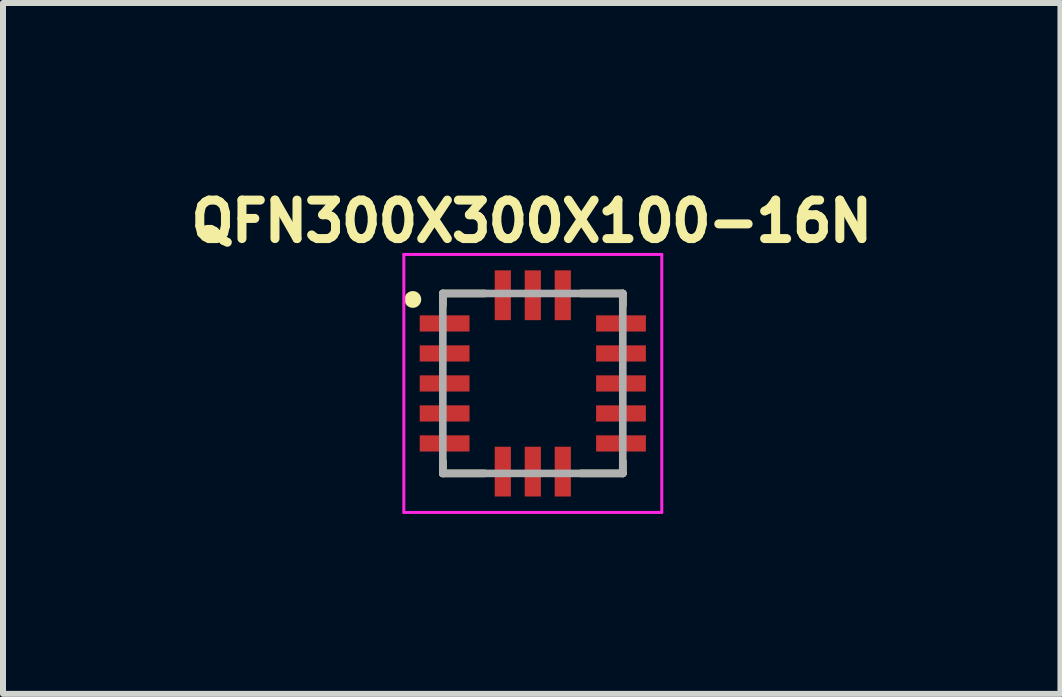
<source format=kicad_pcb>
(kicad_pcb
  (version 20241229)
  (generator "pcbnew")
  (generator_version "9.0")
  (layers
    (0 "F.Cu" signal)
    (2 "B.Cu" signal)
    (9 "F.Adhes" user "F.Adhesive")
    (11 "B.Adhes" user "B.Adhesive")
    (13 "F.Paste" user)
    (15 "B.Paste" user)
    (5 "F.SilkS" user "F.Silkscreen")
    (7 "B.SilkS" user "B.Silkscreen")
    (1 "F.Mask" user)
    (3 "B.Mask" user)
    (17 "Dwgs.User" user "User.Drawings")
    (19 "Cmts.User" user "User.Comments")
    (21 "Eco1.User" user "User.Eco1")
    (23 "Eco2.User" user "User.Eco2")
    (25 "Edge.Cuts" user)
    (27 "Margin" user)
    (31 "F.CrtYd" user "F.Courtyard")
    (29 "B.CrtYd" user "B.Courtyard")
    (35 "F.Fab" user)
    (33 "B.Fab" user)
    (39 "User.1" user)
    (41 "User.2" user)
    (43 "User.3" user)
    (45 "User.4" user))
  (footprint "QFN300X300X100-16N"
    (layer "F.Cu")
    (at 5.832 3.342)
    (property "Reference" "QFN300X300X100-16N" (at -0.018 -2.704 0) (layer "F.SilkS") (effects (font (size 0.642 0.642) (thickness 0.15))))
    (attr smd)
    (fp_line (start -1.5 -1.5) (end -0.8 -1.5) (stroke (width 0.127) (type solid)) (layer "F.SilkS"))
    (fp_line (start -1.5 -1.3) (end -1.5 -1.5) (stroke (width 0.127) (type solid)) (layer "F.SilkS"))
    (fp_line (start -1.5 1.5) (end -1.5 1.3) (stroke (width 0.127) (type solid)) (layer "F.SilkS"))
    (fp_line (start -0.8 1.5) (end -1.5 1.5) (stroke (width 0.127) (type solid)) (layer "F.SilkS"))
    (fp_line (start 0.8 -1.5) (end 1.5 -1.5) (stroke (width 0.127) (type solid)) (layer "F.SilkS"))
    (fp_line (start 0.8 1.5) (end 1.5 1.5) (stroke (width 0.127) (type solid)) (layer "F.SilkS"))
    (fp_line (start 1.5 -1.5) (end 1.5 -1.3) (stroke (width 0.127) (type solid)) (layer "F.SilkS"))
    (fp_line (start 1.5 1.5) (end 1.5 1.3) (stroke (width 0.127) (type solid)) (layer "F.SilkS"))
    (fp_circle (center -2 -1.4) (end -1.93 -1.4) (stroke (width 0.14) (type solid)) (fill no) (layer "F.SilkS"))
    (fp_line (start -2.15 -2.15) (end 2.15 -2.15) (stroke (width 0.05) (type solid)) (layer "F.CrtYd"))
    (fp_line (start -2.15 2.15) (end -2.15 -2.15) (stroke (width 0.05) (type solid)) (layer "F.CrtYd"))
    (fp_line (start 2.15 -2.15) (end 2.15 2.15) (stroke (width 0.05) (type solid)) (layer "F.CrtYd"))
    (fp_line (start 2.15 2.15) (end -2.15 2.15) (stroke (width 0.05) (type solid)) (layer "F.CrtYd"))
    (fp_line (start -1.5 -1.5) (end -1.5 1.5) (stroke (width 0.127) (type solid)) (layer "F.Fab"))
    (fp_line (start -1.5 1.5) (end 1.5 1.5) (stroke (width 0.127) (type solid)) (layer "F.Fab"))
    (fp_line (start 1.5 -1.5) (end -1.5 -1.5) (stroke (width 0.127) (type solid)) (layer "F.Fab"))
    (fp_line (start 1.5 1.5) (end 1.5 -1.5) (stroke (width 0.127) (type solid)) (layer "F.Fab"))
    (pad "1" smd rect (at -1.47 -1 270) (size 0.27 0.83) (layers "F.Cu" "F.Mask" "F.Paste"))
    (pad "2" smd rect (at -1.47 -0.5 270) (size 0.27 0.83) (layers "F.Cu" "F.Mask" "F.Paste"))
    (pad "3" smd rect (at -1.47 0 270) (size 0.27 0.83) (layers "F.Cu" "F.Mask" "F.Paste"))
    (pad "4" smd rect (at -1.47 0.5 270) (size 0.27 0.83) (layers "F.Cu" "F.Mask" "F.Paste"))
    (pad "5" smd rect (at -1.47 1 270) (size 0.27 0.83) (layers "F.Cu" "F.Mask" "F.Paste"))
    (pad "6" smd rect (at -0.5 1.47) (size 0.27 0.83) (layers "F.Cu" "F.Mask" "F.Paste"))
    (pad "7" smd rect (at 0 1.47) (size 0.27 0.83) (layers "F.Cu" "F.Mask" "F.Paste"))
    (pad "8" smd rect (at 0.5 1.47) (size 0.27 0.83) (layers "F.Cu" "F.Mask" "F.Paste"))
    (pad "9" smd rect (at 1.47 1 270) (size 0.27 0.83) (layers "F.Cu" "F.Mask" "F.Paste"))
    (pad "10" smd rect (at 1.47 0.5 270) (size 0.27 0.83) (layers "F.Cu" "F.Mask" "F.Paste"))
    (pad "11" smd rect (at 1.47 0 270) (size 0.27 0.83) (layers "F.Cu" "F.Mask" "F.Paste"))
    (pad "12" smd rect (at 1.47 -0.5 270) (size 0.27 0.83) (layers "F.Cu" "F.Mask" "F.Paste"))
    (pad "13" smd rect (at 1.47 -1 270) (size 0.27 0.83) (layers "F.Cu" "F.Mask" "F.Paste"))
    (pad "14" smd rect (at 0.5 -1.47) (size 0.27 0.83) (layers "F.Cu" "F.Mask" "F.Paste"))
    (pad "15" smd rect (at 0 -1.47) (size 0.27 0.83) (layers "F.Cu" "F.Mask" "F.Paste"))
    (pad "16" smd rect (at -0.5 -1.47) (size 0.27 0.83) (layers "F.Cu" "F.Mask" "F.Paste")))
  (gr_rect
    (start -3 -3)
    (end 14.628 8.517)
    (stroke (width 0.1) (type default))
    (fill no)
    (layer "Edge.Cuts")))
</source>
